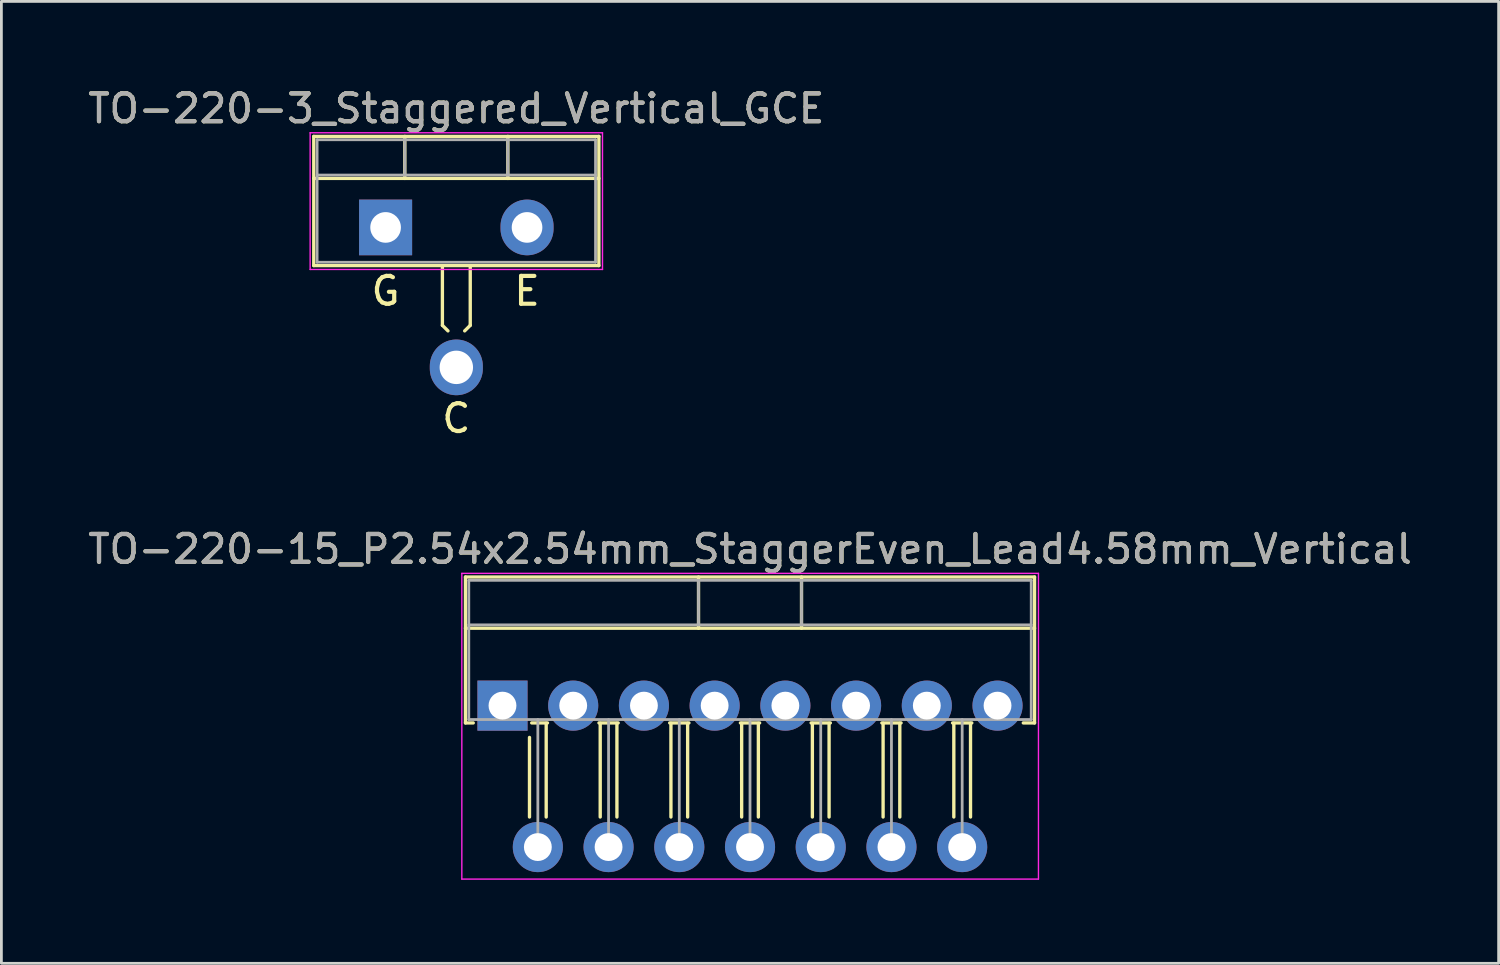
<source format=kicad_pcb>
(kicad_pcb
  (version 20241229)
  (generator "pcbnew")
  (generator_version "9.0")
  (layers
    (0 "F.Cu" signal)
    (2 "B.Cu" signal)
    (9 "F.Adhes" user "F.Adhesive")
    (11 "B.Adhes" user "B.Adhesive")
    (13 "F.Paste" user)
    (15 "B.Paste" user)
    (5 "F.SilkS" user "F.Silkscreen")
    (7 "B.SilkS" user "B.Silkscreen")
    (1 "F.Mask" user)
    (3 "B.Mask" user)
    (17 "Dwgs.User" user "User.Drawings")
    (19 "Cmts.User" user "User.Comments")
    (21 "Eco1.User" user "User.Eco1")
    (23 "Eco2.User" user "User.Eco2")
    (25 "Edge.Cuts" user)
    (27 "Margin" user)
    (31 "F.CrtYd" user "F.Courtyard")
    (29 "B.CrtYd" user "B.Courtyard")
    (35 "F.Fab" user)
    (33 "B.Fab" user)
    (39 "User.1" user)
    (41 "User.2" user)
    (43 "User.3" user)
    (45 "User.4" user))
  (footprint "TO-220-15_P2.54x2.54mm_StaggerEven_Lead4.58mm_Vertical"
    (layer "F.Cu")
    (at 14.997 22.293)
    (property "Reference" "TO-220-15_P2.54x2.54mm_StaggerEven_Lead4.58mm_Vertical" (at 8.89 -5.62 0) (layer "F.SilkS") (effects (font (size 1 1) (thickness 0.15))))
    (attr through_hole)
    (fp_line (start -1.33 -4.62) (end -1.33 0.621) (stroke (width 0.12) (type solid)) (layer "F.SilkS"))
    (fp_line (start -1.33 -4.62) (end 19.11 -4.62) (stroke (width 0.12) (type solid)) (layer "F.SilkS"))
    (fp_line (start -1.33 -2.78) (end 19.11 -2.78) (stroke (width 0.12) (type solid)) (layer "F.SilkS"))
    (fp_line (start -1.33 0.621) (end -1.05 0.621) (stroke (width 0.12) (type solid)) (layer "F.SilkS"))
    (fp_line (start 0.97 4) (end 0.97 1.143) (stroke (width 0.12) (type solid)) (layer "F.SilkS"))
    (fp_line (start 1.05 0.621) (end 1.616 0.621) (stroke (width 0.12) (type solid)) (layer "F.SilkS"))
    (fp_line (start 1.57 4) (end 1.57 0.635) (stroke (width 0.12) (type solid)) (layer "F.SilkS"))
    (fp_line (start 3.465 0.621) (end 4.156 0.621) (stroke (width 0.12) (type solid)) (layer "F.SilkS"))
    (fp_line (start 3.51 4) (end 3.51 0.635) (stroke (width 0.12) (type solid)) (layer "F.SilkS"))
    (fp_line (start 4.11 4) (end 4.11 0.635) (stroke (width 0.12) (type solid)) (layer "F.SilkS"))
    (fp_line (start 6.005 0.621) (end 6.696 0.621) (stroke (width 0.12) (type solid)) (layer "F.SilkS"))
    (fp_line (start 6.05 4) (end 6.05 0.635) (stroke (width 0.12) (type solid)) (layer "F.SilkS"))
    (fp_line (start 6.65 4) (end 6.65 0.635) (stroke (width 0.12) (type solid)) (layer "F.SilkS"))
    (fp_line (start 7.041 -4.62) (end 7.041 -2.78) (stroke (width 0.12) (type solid)) (layer "F.SilkS"))
    (fp_line (start 8.545 0.621) (end 9.236 0.621) (stroke (width 0.12) (type solid)) (layer "F.SilkS"))
    (fp_line (start 8.59 4) (end 8.59 0.635) (stroke (width 0.12) (type solid)) (layer "F.SilkS"))
    (fp_line (start 9.19 4) (end 9.19 0.635) (stroke (width 0.12) (type solid)) (layer "F.SilkS"))
    (fp_line (start 10.74 -4.62) (end 10.74 -2.78) (stroke (width 0.12) (type solid)) (layer "F.SilkS"))
    (fp_line (start 11.085 0.621) (end 11.776 0.621) (stroke (width 0.12) (type solid)) (layer "F.SilkS"))
    (fp_line (start 11.13 4) (end 11.13 0.635) (stroke (width 0.12) (type solid)) (layer "F.SilkS"))
    (fp_line (start 11.73 4) (end 11.73 0.635) (stroke (width 0.12) (type solid)) (layer "F.SilkS"))
    (fp_line (start 13.625 0.621) (end 14.316 0.621) (stroke (width 0.12) (type solid)) (layer "F.SilkS"))
    (fp_line (start 13.67 4) (end 13.67 0.635) (stroke (width 0.12) (type solid)) (layer "F.SilkS"))
    (fp_line (start 14.27 4) (end 14.27 0.635) (stroke (width 0.12) (type solid)) (layer "F.SilkS"))
    (fp_line (start 16.165 0.621) (end 16.856 0.621) (stroke (width 0.12) (type solid)) (layer "F.SilkS"))
    (fp_line (start 16.21 4) (end 16.21 0.635) (stroke (width 0.12) (type solid)) (layer "F.SilkS"))
    (fp_line (start 16.81 4) (end 16.81 0.635) (stroke (width 0.12) (type solid)) (layer "F.SilkS"))
    (fp_line (start 18.705 0.621) (end 19.11 0.621) (stroke (width 0.12) (type solid)) (layer "F.SilkS"))
    (fp_line (start 19.11 -4.62) (end 19.11 0.621) (stroke (width 0.12) (type solid)) (layer "F.SilkS"))
    (fp_line (start -1.46 -4.75) (end -1.46 6.23) (stroke (width 0.05) (type solid)) (layer "F.CrtYd"))
    (fp_line (start -1.46 6.23) (end 19.25 6.23) (stroke (width 0.05) (type solid)) (layer "F.CrtYd"))
    (fp_line (start 19.25 -4.75) (end -1.46 -4.75) (stroke (width 0.05) (type solid)) (layer "F.CrtYd"))
    (fp_line (start 19.25 6.23) (end 19.25 -4.75) (stroke (width 0.05) (type solid)) (layer "F.CrtYd"))
    (fp_line (start -1.21 -4.5) (end -1.21 0.5) (stroke (width 0.1) (type solid)) (layer "F.Fab"))
    (fp_line (start -1.21 -2.9) (end 18.99 -2.9) (stroke (width 0.1) (type solid)) (layer "F.Fab"))
    (fp_line (start -1.21 0.5) (end 18.99 0.5) (stroke (width 0.1) (type solid)) (layer "F.Fab"))
    (fp_line (start 1.27 0.5) (end 1.27 5.08) (stroke (width 0.1) (type solid)) (layer "F.Fab"))
    (fp_line (start 3.81 0.5) (end 3.81 5.08) (stroke (width 0.1) (type solid)) (layer "F.Fab"))
    (fp_line (start 6.35 0.5) (end 6.35 5.08) (stroke (width 0.1) (type solid)) (layer "F.Fab"))
    (fp_line (start 7.04 -4.5) (end 7.04 -2.9) (stroke (width 0.1) (type solid)) (layer "F.Fab"))
    (fp_line (start 8.89 0.5) (end 8.89 5.08) (stroke (width 0.1) (type solid)) (layer "F.Fab"))
    (fp_line (start 10.74 -4.5) (end 10.74 -2.9) (stroke (width 0.1) (type solid)) (layer "F.Fab"))
    (fp_line (start 11.43 0.5) (end 11.43 5.08) (stroke (width 0.1) (type solid)) (layer "F.Fab"))
    (fp_line (start 13.97 0.5) (end 13.97 5.08) (stroke (width 0.1) (type solid)) (layer "F.Fab"))
    (fp_line (start 16.51 0.5) (end 16.51 5.08) (stroke (width 0.1) (type solid)) (layer "F.Fab"))
    (fp_line (start 18.99 -4.5) (end -1.21 -4.5) (stroke (width 0.1) (type solid)) (layer "F.Fab"))
    (fp_line (start 18.99 0.5) (end 18.99 -4.5) (stroke (width 0.1) (type solid)) (layer "F.Fab"))
    (fp_text user "${REFERENCE}" (at 8.89 -5.62 0) (layer "F.Fab") (effects (font (size 1 1) (thickness 0.15))))
    (pad "1" thru_hole rect (at 0 0) (size 1.8 1.8) (drill 1) (layers "*.Cu" "*.Mask"))
    (pad "2" thru_hole oval (at 1.27 5.08) (size 1.8 1.8) (drill 1) (layers "*.Cu" "*.Mask"))
    (pad "3" thru_hole oval (at 2.54 0) (size 1.8 1.8) (drill 1) (layers "*.Cu" "*.Mask"))
    (pad "4" thru_hole oval (at 3.81 5.08) (size 1.8 1.8) (drill 1) (layers "*.Cu" "*.Mask"))
    (pad "5" thru_hole oval (at 5.08 0) (size 1.8 1.8) (drill 1) (layers "*.Cu" "*.Mask"))
    (pad "6" thru_hole oval (at 6.35 5.08) (size 1.8 1.8) (drill 1) (layers "*.Cu" "*.Mask"))
    (pad "7" thru_hole oval (at 7.62 0) (size 1.8 1.8) (drill 1) (layers "*.Cu" "*.Mask"))
    (pad "8" thru_hole oval (at 8.89 5.08) (size 1.8 1.8) (drill 1) (layers "*.Cu" "*.Mask"))
    (pad "9" thru_hole oval (at 10.16 0) (size 1.8 1.8) (drill 1) (layers "*.Cu" "*.Mask"))
    (pad "10" thru_hole oval (at 11.43 5.08) (size 1.8 1.8) (drill 1) (layers "*.Cu" "*.Mask"))
    (pad "11" thru_hole oval (at 12.7 0) (size 1.8 1.8) (drill 1) (layers "*.Cu" "*.Mask"))
    (pad "12" thru_hole oval (at 13.97 5.08) (size 1.8 1.8) (drill 1) (layers "*.Cu" "*.Mask"))
    (pad "13" thru_hole oval (at 15.24 0) (size 1.8 1.8) (drill 1) (layers "*.Cu" "*.Mask"))
    (pad "14" thru_hole oval (at 16.51 5.08) (size 1.8 1.8) (drill 1) (layers "*.Cu" "*.Mask"))
    (pad "15" thru_hole oval (at 17.78 0) (size 1.8 1.8) (drill 1) (layers "*.Cu" "*.Mask")))
  (footprint "TO-220-3_Staggered_Vertical_GCE"
    (layer "F.Cu")
    (at 10.799 5.118)
    (property "Reference" "TO-220-3_Staggered_Vertical_GCE" (at 2.54 -4.27 0) (layer "F.SilkS") (effects (font (size 1 1) (thickness 0.15))))
    (fp_line (start -2.58 -3.27) (end -2.58 1.371) (stroke (width 0.12) (type solid)) (layer "F.SilkS"))
    (fp_line (start -2.58 -3.27) (end 7.66 -3.27) (stroke (width 0.12) (type solid)) (layer "F.SilkS"))
    (fp_line (start -2.58 -1.76) (end 7.66 -1.76) (stroke (width 0.12) (type solid)) (layer "F.SilkS"))
    (fp_line (start -2.58 1.371) (end 3.048 1.371) (stroke (width 0.12) (type solid)) (layer "F.SilkS"))
    (fp_line (start 0.69 -3.27) (end 0.69 -1.76) (stroke (width 0.12) (type solid)) (layer "F.SilkS"))
    (fp_line (start 2.04 1.417) (end 2.04 3.517) (stroke (width 0.12) (type solid)) (layer "F.SilkS"))
    (fp_line (start 2.04 3.517) (end 2.24 3.716) (stroke (width 0.12) (type solid)) (layer "F.SilkS"))
    (fp_line (start 3.04 1.417) (end 3.04 3.517) (stroke (width 0.12) (type solid)) (layer "F.SilkS"))
    (fp_line (start 3.04 3.517) (end 2.84 3.716) (stroke (width 0.12) (type solid)) (layer "F.SilkS"))
    (fp_line (start 4.391 -3.27) (end 4.391 -1.76) (stroke (width 0.12) (type solid)) (layer "F.SilkS"))
    (fp_line (start 7.66 -3.27) (end 7.66 1.371) (stroke (width 0.12) (type solid)) (layer "F.SilkS"))
    (fp_line (start 7.66 1.371) (end 3.048 1.371) (stroke (width 0.12) (type solid)) (layer "F.SilkS"))
    (fp_line (start -2.71 -3.4) (end -2.71 1.51) (stroke (width 0.05) (type solid)) (layer "F.CrtYd"))
    (fp_line (start -2.71 1.51) (end 7.79 1.51) (stroke (width 0.05) (type solid)) (layer "F.CrtYd"))
    (fp_line (start 7.79 -3.4) (end -2.71 -3.4) (stroke (width 0.05) (type solid)) (layer "F.CrtYd"))
    (fp_line (start 7.79 1.51) (end 7.79 -3.4) (stroke (width 0.05) (type solid)) (layer "F.CrtYd"))
    (fp_line (start -2.46 -3.15) (end -2.46 1.25) (stroke (width 0.1) (type solid)) (layer "F.Fab"))
    (fp_line (start -2.46 -1.88) (end 7.54 -1.88) (stroke (width 0.1) (type solid)) (layer "F.Fab"))
    (fp_line (start -2.46 1.25) (end 7.54 1.25) (stroke (width 0.1) (type solid)) (layer "F.Fab"))
    (fp_line (start 0.69 -3.15) (end 0.69 -1.88) (stroke (width 0.1) (type solid)) (layer "F.Fab"))
    (fp_line (start 4.39 -3.15) (end 4.39 -1.88) (stroke (width 0.1) (type solid)) (layer "F.Fab"))
    (fp_line (start 7.54 -3.15) (end -2.46 -3.15) (stroke (width 0.1) (type solid)) (layer "F.Fab"))
    (fp_line (start 7.54 1.25) (end 7.54 -3.15) (stroke (width 0.1) (type solid)) (layer "F.Fab"))
    (fp_text user "G" (at 0 2.286 0) (unlocked yes) (layer "F.SilkS") (effects (font (size 1 1) (thickness 0.15))))
    (fp_text user "E" (at 5.08 2.286 0) (unlocked yes) (layer "F.SilkS") (effects (font (size 1 1) (thickness 0.15))))
    (fp_text user "C" (at 2.54 6.858 0) (unlocked yes) (layer "F.SilkS") (effects (font (size 1 1) (thickness 0.15))))
    (fp_text user "${REFERENCE}" (at 2.54 -4.27 0) (layer "F.Fab") (effects (font (size 1 1) (thickness 0.15))))
    (pad "1" thru_hole rect (at 0 0) (size 1.905 2) (drill 1.1) (layers "*.Cu" "*.Mask"))
    (pad "2" thru_hole oval (at 2.54 5.026) (size 1.905 2) (drill 1.2) (layers "*.Cu" "*.Mask"))
    (pad "3" thru_hole oval (at 5.08 0) (size 1.905 2) (drill 1.1) (layers "*.Cu" "*.Mask")))
  (gr_rect
    (start -3 -3)
    (end 50.774 31.548)
    (stroke (width 0.1) (type default))
    (fill no)
    (layer "Edge.Cuts")))
</source>
